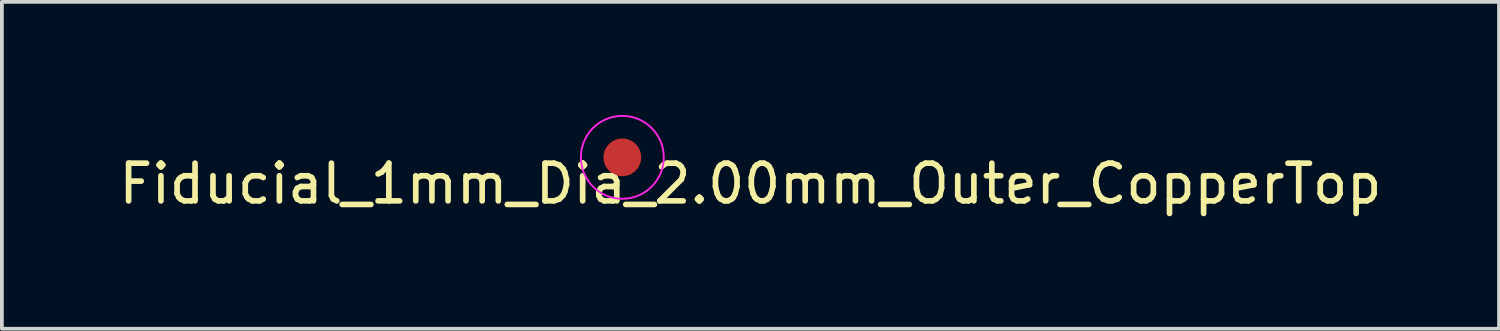
<source format=kicad_pcb>
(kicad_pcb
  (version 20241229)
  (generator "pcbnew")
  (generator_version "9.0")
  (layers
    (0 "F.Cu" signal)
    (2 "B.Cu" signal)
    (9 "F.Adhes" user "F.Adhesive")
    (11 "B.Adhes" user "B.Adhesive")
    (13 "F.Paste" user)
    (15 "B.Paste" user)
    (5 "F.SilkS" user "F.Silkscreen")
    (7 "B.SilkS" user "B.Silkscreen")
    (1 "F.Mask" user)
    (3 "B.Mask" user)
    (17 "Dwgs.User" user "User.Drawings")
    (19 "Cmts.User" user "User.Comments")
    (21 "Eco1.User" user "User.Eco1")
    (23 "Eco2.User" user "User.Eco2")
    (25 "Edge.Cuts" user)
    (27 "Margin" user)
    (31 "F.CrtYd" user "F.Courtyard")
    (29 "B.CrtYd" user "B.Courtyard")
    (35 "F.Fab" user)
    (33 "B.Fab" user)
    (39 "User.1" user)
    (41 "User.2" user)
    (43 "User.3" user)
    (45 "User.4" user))
  (footprint "Fiducial_1mm_Dia_2.00mm_Outer_CopperTop"
    (layer "F.Cu")
    (at 13.463 1.125)
    (property "Reference" "Fiducial_1mm_Dia_2.00mm_Outer_CopperTop" (at 3.4 0.7 0) (layer "F.SilkS") (effects (font (size 1 1) (thickness 0.15))))
    (attr exclude_from_pos_files exclude_from_bom)
    (fp_circle (center 0 0) (end 1.1 0) (stroke (width 0.05) (type solid)) (fill no) (layer "F.CrtYd"))
    (pad "~" smd circle (at 0 0) (size 1 1) (layers "F.Cu" "F.Mask")))
  (gr_rect
    (start -3 -3)
    (end 36.726 5.673)
    (stroke (width 0.1) (type default))
    (fill no)
    (layer "Edge.Cuts")))
</source>
